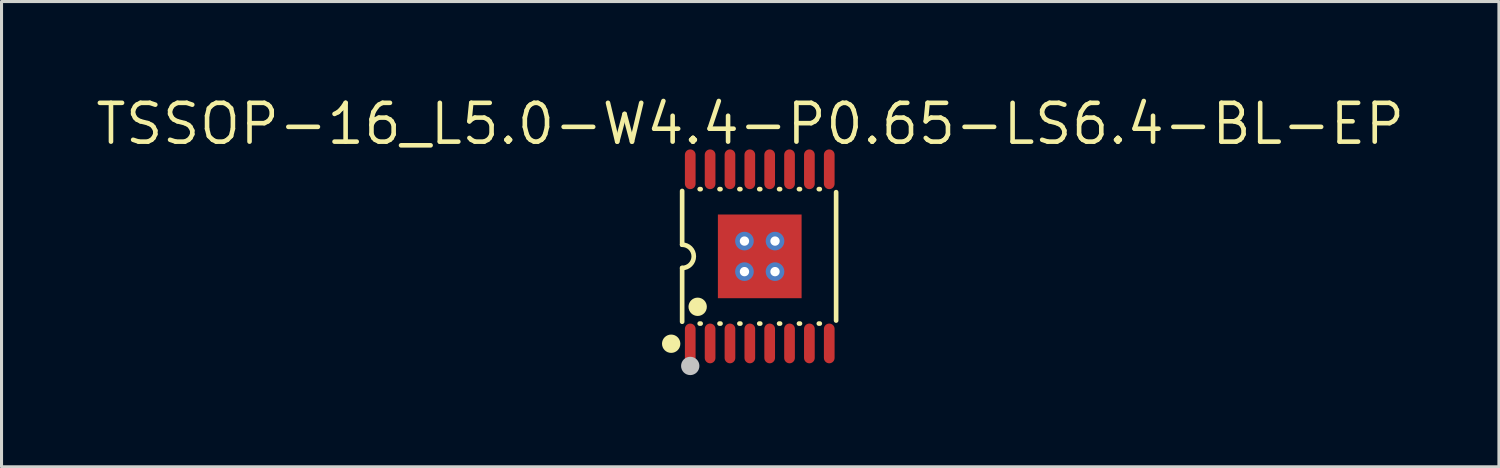
<source format=kicad_pcb>
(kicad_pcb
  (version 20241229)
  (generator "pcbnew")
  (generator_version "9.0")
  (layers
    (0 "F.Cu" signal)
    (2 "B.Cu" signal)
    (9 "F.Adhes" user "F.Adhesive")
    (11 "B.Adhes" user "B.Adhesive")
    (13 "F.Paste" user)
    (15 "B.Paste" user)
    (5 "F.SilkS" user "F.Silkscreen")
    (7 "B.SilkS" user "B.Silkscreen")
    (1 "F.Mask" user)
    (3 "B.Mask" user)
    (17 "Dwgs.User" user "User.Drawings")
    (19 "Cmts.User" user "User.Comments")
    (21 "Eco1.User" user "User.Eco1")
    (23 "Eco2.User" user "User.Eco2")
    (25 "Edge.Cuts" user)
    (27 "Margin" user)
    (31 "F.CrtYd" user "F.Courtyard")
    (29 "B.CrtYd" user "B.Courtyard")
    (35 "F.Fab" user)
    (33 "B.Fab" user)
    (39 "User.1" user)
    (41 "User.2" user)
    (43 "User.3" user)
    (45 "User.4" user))
  (footprint "TSSOP-16_L5.0-W4.4-P0.65-LS6.4-BL-EP"
    (layer "F.Cu")
    (at 21.818 5.341)
    (property "Reference" "TSSOP-16_L5.0-W4.4-P0.65-LS6.4-BL-EP" (at -0.311 -4.335 0) (layer "F.SilkS") (effects (font (size 1.27 1.27) (thickness 0.15))))
    (fp_line (start -2.54 -2.14) (end -2.54 -0.381) (stroke (width 0.152) (type default)) (layer "F.SilkS"))
    (fp_line (start -2.54 2.14) (end -2.54 0.381) (stroke (width 0.152) (type default)) (layer "F.SilkS"))
    (fp_line (start -1.966 -2.2) (end -1.934 -2.2) (stroke (width 0.152) (type default)) (layer "F.SilkS"))
    (fp_line (start -1.966 2.2) (end -1.934 2.2) (stroke (width 0.152) (type default)) (layer "F.SilkS"))
    (fp_line (start -1.317 -2.2) (end -1.284 -2.2) (stroke (width 0.152) (type default)) (layer "F.SilkS"))
    (fp_line (start -1.317 2.2) (end -1.284 2.2) (stroke (width 0.152) (type default)) (layer "F.SilkS"))
    (fp_line (start -0.666 -2.2) (end -0.633 -2.2) (stroke (width 0.152) (type default)) (layer "F.SilkS"))
    (fp_line (start -0.666 2.2) (end -0.633 2.2) (stroke (width 0.152) (type default)) (layer "F.SilkS"))
    (fp_line (start -0.016 -2.2) (end 0.017 -2.2) (stroke (width 0.152) (type default)) (layer "F.SilkS"))
    (fp_line (start -0.016 2.2) (end 0.017 2.2) (stroke (width 0.152) (type default)) (layer "F.SilkS"))
    (fp_line (start 0.634 -2.2) (end 0.666 -2.2) (stroke (width 0.152) (type default)) (layer "F.SilkS"))
    (fp_line (start 0.634 2.2) (end 0.666 2.2) (stroke (width 0.152) (type default)) (layer "F.SilkS"))
    (fp_line (start 1.284 -2.2) (end 1.317 -2.2) (stroke (width 0.152) (type default)) (layer "F.SilkS"))
    (fp_line (start 1.284 2.2) (end 1.317 2.2) (stroke (width 0.152) (type default)) (layer "F.SilkS"))
    (fp_line (start 1.934 -2.2) (end 1.966 -2.2) (stroke (width 0.152) (type default)) (layer "F.SilkS"))
    (fp_line (start 1.934 2.2) (end 1.966 2.2) (stroke (width 0.152) (type default)) (layer "F.SilkS"))
    (fp_line (start 2.5 -2.101) (end 2.5 2.101) (stroke (width 0.152) (type default)) (layer "F.SilkS"))
    (fp_arc (start -2.54 -0.381) (mid -2.159 0) (end -2.54 0.381) (stroke (width 0.152) (type default)) (layer "F.SilkS"))
    (fp_circle (center -2.899 2.86) (end -2.749 2.86) (stroke (width 0.3) (type default)) (fill no) (layer "F.SilkS"))
    (fp_circle (center -2.032 1.651) (end -1.882 1.651) (stroke (width 0.3) (type default)) (fill no) (layer "F.SilkS"))
    (fp_circle (center -2.275 3.587) (end -2.125 3.587) (stroke (width 0.3) (type default)) (fill no) (layer "Dwgs.User"))
    (fp_circle (center -2.5 3.187) (end -2.47 3.187) (stroke (width 0.06) (type default)) (fill no) (layer "User.5"))
    (pad "" thru_hole circle (at -0.5 -0.5) (size 0.61 0.61) (drill 0.305) (layers "*.Cu" "*.Mask"))
    (pad "" thru_hole circle (at -0.5 0.5) (size 0.61 0.61) (drill 0.305) (layers "*.Cu" "*.Mask"))
    (pad "" thru_hole circle (at 0.5 -0.5) (size 0.61 0.61) (drill 0.305) (layers "*.Cu" "*.Mask"))
    (pad "" thru_hole circle (at 0.5 0.5) (size 0.61 0.61) (drill 0.305) (layers "*.Cu" "*.Mask"))
    (pad "1" smd oval (at -2.275 2.85) (size 0.35 1.3) (layers "F.Cu" "F.Mask" "F.Paste"))
    (pad "2" smd oval (at -1.625 2.85) (size 0.35 1.3) (layers "F.Cu" "F.Mask" "F.Paste"))
    (pad "3" smd oval (at -0.975 2.85) (size 0.35 1.3) (layers "F.Cu" "F.Mask" "F.Paste"))
    (pad "4" smd oval (at -0.325 2.85) (size 0.35 1.3) (layers "F.Cu" "F.Mask" "F.Paste"))
    (pad "5" smd oval (at 0.325 2.85) (size 0.35 1.3) (layers "F.Cu" "F.Mask" "F.Paste"))
    (pad "6" smd oval (at 0.975 2.85) (size 0.35 1.3) (layers "F.Cu" "F.Mask" "F.Paste"))
    (pad "7" smd oval (at 1.625 2.85) (size 0.35 1.3) (layers "F.Cu" "F.Mask" "F.Paste"))
    (pad "8" smd oval (at 2.275 2.85) (size 0.35 1.3) (layers "F.Cu" "F.Mask" "F.Paste"))
    (pad "9" smd oval (at 2.275 -2.85) (size 0.35 1.3) (layers "F.Cu" "F.Mask" "F.Paste"))
    (pad "10" smd oval (at 1.625 -2.85) (size 0.35 1.3) (layers "F.Cu" "F.Mask" "F.Paste"))
    (pad "11" smd oval (at 0.975 -2.85) (size 0.35 1.3) (layers "F.Cu" "F.Mask" "F.Paste"))
    (pad "12" smd oval (at 0.325 -2.85) (size 0.35 1.3) (layers "F.Cu" "F.Mask" "F.Paste"))
    (pad "13" smd oval (at -0.325 -2.85) (size 0.35 1.3) (layers "F.Cu" "F.Mask" "F.Paste"))
    (pad "14" smd oval (at -0.975 -2.85) (size 0.35 1.3) (layers "F.Cu" "F.Mask" "F.Paste"))
    (pad "15" smd oval (at -1.625 -2.85) (size 0.35 1.3) (layers "F.Cu" "F.Mask" "F.Paste"))
    (pad "16" smd oval (at -2.275 -2.85) (size 0.35 1.3) (layers "F.Cu" "F.Mask" "F.Paste"))
    (pad "17" smd rect (at 0 0) (size 2.74 2.74) (layers "F.Cu" "F.Mask" "F.Paste"))
    (zone (net_name "") (layer "User.3") (hatch edge 0.5) (priority 100) (connect_pads yes) (min_thickness 0) (filled_areas_thickness no) (fill yes) (polygon (pts (xy 19.318 7.541) (xy 19.318 3.141) (xy 24.318 3.141) (xy 24.318 7.541))) (filled_polygon (layer "User.3") (island) (pts (xy 19.318 7.541) (xy 19.318 3.141) (xy 24.318 3.141) (xy 24.318 7.541))))
    (zone (net_name "") (layer "User.4") (hatch edge 0.5) (priority 100) (connect_pads yes) (min_thickness 0) (filled_areas_thickness no) (fill yes) (polygon (pts (xy 19.421 2.154) (xy 19.421 2.754) (xy 19.666 2.754) (xy 19.666 2.154))) (filled_polygon (layer "User.4") (island) (pts (xy 19.421 2.154) (xy 19.421 2.754) (xy 19.666 2.754) (xy 19.666 2.154))))
    (zone (net_name "") (layer "User.4") (hatch edge 0.5) (priority 100) (connect_pads) (min_thickness 0) (filled_areas_thickness no) (keepout (tracks allowed) (vias allowed) (pads allowed) (copperpour not_allowed) (footprints allowed)) (placement (enabled no)) (fill) (polygon (pts (xy 19.421 2.744) (xy 19.421 3.151) (xy 19.666 3.151) (xy 19.666 2.744))))
    (zone (net_name "") (layer "User.4") (hatch edge 0.5) (priority 100) (connect_pads) (min_thickness 0) (filled_areas_thickness no) (keepout (tracks allowed) (vias allowed) (pads allowed) (copperpour not_allowed) (footprints allowed)) (placement (enabled no)) (fill) (polygon (pts (xy 19.421 7.939) (xy 19.421 7.531) (xy 19.666 7.531) (xy 19.666 7.939))))
    (zone (net_name "") (layer "User.4") (hatch edge 0.5) (priority 100) (connect_pads yes) (min_thickness 0) (filled_areas_thickness no) (fill yes) (polygon (pts (xy 19.421 8.529) (xy 19.421 7.929) (xy 19.666 7.929) (xy 19.666 8.529))) (filled_polygon (layer "User.4") (island) (pts (xy 19.421 8.529) (xy 19.421 7.929) (xy 19.666 7.929) (xy 19.666 8.529))))
    (zone (net_name "") (layer "User.4") (hatch edge 0.5) (priority 100) (connect_pads yes) (min_thickness 0) (filled_areas_thickness no) (fill yes) (polygon (pts (xy 20.071 2.154) (xy 20.071 2.754) (xy 20.316 2.754) (xy 20.316 2.154))) (filled_polygon (layer "User.4") (island) (pts (xy 20.071 2.154) (xy 20.071 2.754) (xy 20.316 2.754) (xy 20.316 2.154))))
    (zone (net_name "") (layer "User.4") (hatch edge 0.5) (priority 100) (connect_pads) (min_thickness 0) (filled_areas_thickness no) (keepout (tracks allowed) (vias allowed) (pads allowed) (copperpour not_allowed) (footprints allowed)) (placement (enabled no)) (fill) (polygon (pts (xy 20.071 2.744) (xy 20.071 3.151) (xy 20.316 3.151) (xy 20.316 2.744))))
    (zone (net_name "") (layer "User.4") (hatch edge 0.5) (priority 100) (connect_pads) (min_thickness 0) (filled_areas_thickness no) (keepout (tracks allowed) (vias allowed) (pads allowed) (copperpour not_allowed) (footprints allowed)) (placement (enabled no)) (fill) (polygon (pts (xy 20.071 7.939) (xy 20.071 7.531) (xy 20.316 7.531) (xy 20.316 7.939))))
    (zone (net_name "") (layer "User.4") (hatch edge 0.5) (priority 100) (connect_pads yes) (min_thickness 0) (filled_areas_thickness no) (fill yes) (polygon (pts (xy 20.071 8.529) (xy 20.071 7.929) (xy 20.316 7.929) (xy 20.316 8.529))) (filled_polygon (layer "User.4") (island) (pts (xy 20.071 8.529) (xy 20.071 7.929) (xy 20.316 7.929) (xy 20.316 8.529))))
    (zone (net_name "") (layer "User.4") (hatch edge 0.5) (priority 100) (connect_pads yes) (min_thickness 0) (filled_areas_thickness no) (fill yes) (polygon (pts (xy 20.393 6.766) (xy 20.393 3.916) (xy 23.243 3.916) (xy 23.243 6.766))) (filled_polygon (layer "User.4") (island) (pts (xy 20.393 6.766) (xy 20.393 3.916) (xy 23.243 3.916) (xy 23.243 6.766))))
    (zone (net_name "") (layer "User.4") (hatch edge 0.5) (priority 100) (connect_pads yes) (min_thickness 0) (filled_areas_thickness no) (fill yes) (polygon (pts (xy 20.721 2.154) (xy 20.721 2.754) (xy 20.966 2.754) (xy 20.966 2.154))) (filled_polygon (layer "User.4") (island) (pts (xy 20.721 2.154) (xy 20.721 2.754) (xy 20.966 2.754) (xy 20.966 2.154))))
    (zone (net_name "") (layer "User.4") (hatch edge 0.5) (priority 100) (connect_pads) (min_thickness 0) (filled_areas_thickness no) (keepout (tracks allowed) (vias allowed) (pads allowed) (copperpour not_allowed) (footprints allowed)) (placement (enabled no)) (fill) (polygon (pts (xy 20.721 2.744) (xy 20.721 3.151) (xy 20.966 3.151) (xy 20.966 2.744))))
    (zone (net_name "") (layer "User.4") (hatch edge 0.5) (priority 100) (connect_pads) (min_thickness 0) (filled_areas_thickness no) (keepout (tracks allowed) (vias allowed) (pads allowed) (copperpour not_allowed) (footprints allowed)) (placement (enabled no)) (fill) (polygon (pts (xy 20.721 7.939) (xy 20.721 7.531) (xy 20.966 7.531) (xy 20.966 7.939))))
    (zone (net_name "") (layer "User.4") (hatch edge 0.5) (priority 100) (connect_pads yes) (min_thickness 0) (filled_areas_thickness no) (fill yes) (polygon (pts (xy 20.721 8.529) (xy 20.721 7.929) (xy 20.966 7.929) (xy 20.966 8.529))) (filled_polygon (layer "User.4") (island) (pts (xy 20.721 8.529) (xy 20.721 7.929) (xy 20.966 7.929) (xy 20.966 8.529))))
    (zone (net_name "") (layer "User.4") (hatch edge 0.5) (priority 100) (connect_pads yes) (min_thickness 0) (filled_areas_thickness no) (fill yes) (polygon (pts (xy 21.371 2.154) (xy 21.371 2.754) (xy 21.616 2.754) (xy 21.616 2.154))) (filled_polygon (layer "User.4") (island) (pts (xy 21.371 2.154) (xy 21.371 2.754) (xy 21.616 2.754) (xy 21.616 2.154))))
    (zone (net_name "") (layer "User.4") (hatch edge 0.5) (priority 100) (connect_pads) (min_thickness 0) (filled_areas_thickness no) (keepout (tracks allowed) (vias allowed) (pads allowed) (copperpour not_allowed) (footprints allowed)) (placement (enabled no)) (fill) (polygon (pts (xy 21.371 2.744) (xy 21.371 3.151) (xy 21.616 3.151) (xy 21.616 2.744))))
    (zone (net_name "") (layer "User.4") (hatch edge 0.5) (priority 100) (connect_pads) (min_thickness 0) (filled_areas_thickness no) (keepout (tracks allowed) (vias allowed) (pads allowed) (copperpour not_allowed) (footprints allowed)) (placement (enabled no)) (fill) (polygon (pts (xy 21.371 7.939) (xy 21.371 7.531) (xy 21.616 7.531) (xy 21.616 7.939))))
    (zone (net_name "") (layer "User.4") (hatch edge 0.5) (priority 100) (connect_pads yes) (min_thickness 0) (filled_areas_thickness no) (fill yes) (polygon (pts (xy 21.371 8.529) (xy 21.371 7.929) (xy 21.616 7.929) (xy 21.616 8.529))) (filled_polygon (layer "User.4") (island) (pts (xy 21.371 8.529) (xy 21.371 7.929) (xy 21.616 7.929) (xy 21.616 8.529))))
    (zone (net_name "") (layer "User.4") (hatch edge 0.5) (priority 100) (connect_pads yes) (min_thickness 0) (filled_areas_thickness no) (fill yes) (polygon (pts (xy 22.021 2.154) (xy 22.021 2.754) (xy 22.266 2.754) (xy 22.266 2.154))) (filled_polygon (layer "User.4") (island) (pts (xy 22.021 2.154) (xy 22.021 2.754) (xy 22.266 2.754) (xy 22.266 2.154))))
    (zone (net_name "") (layer "User.4") (hatch edge 0.5) (priority 100) (connect_pads) (min_thickness 0) (filled_areas_thickness no) (keepout (tracks allowed) (vias allowed) (pads allowed) (copperpour not_allowed) (footprints allowed)) (placement (enabled no)) (fill) (polygon (pts (xy 22.021 2.744) (xy 22.021 3.151) (xy 22.266 3.151) (xy 22.266 2.744))))
    (zone (net_name "") (layer "User.4") (hatch edge 0.5) (priority 100) (connect_pads) (min_thickness 0) (filled_areas_thickness no) (keepout (tracks allowed) (vias allowed) (pads allowed) (copperpour not_allowed) (footprints allowed)) (placement (enabled no)) (fill) (polygon (pts (xy 22.021 7.939) (xy 22.021 7.531) (xy 22.266 7.531) (xy 22.266 7.939))))
    (zone (net_name "") (layer "User.4") (hatch edge 0.5) (priority 100) (connect_pads yes) (min_thickness 0) (filled_areas_thickness no) (fill yes) (polygon (pts (xy 22.021 8.529) (xy 22.021 7.929) (xy 22.266 7.929) (xy 22.266 8.529))) (filled_polygon (layer "User.4") (island) (pts (xy 22.021 8.529) (xy 22.021 7.929) (xy 22.266 7.929) (xy 22.266 8.529))))
    (zone (net_name "") (layer "User.4") (hatch edge 0.5) (priority 100) (connect_pads yes) (min_thickness 0) (filled_areas_thickness no) (fill yes) (polygon (pts (xy 22.671 2.154) (xy 22.671 2.754) (xy 22.916 2.754) (xy 22.916 2.154))) (filled_polygon (layer "User.4") (island) (pts (xy 22.671 2.154) (xy 22.671 2.754) (xy 22.916 2.754) (xy 22.916 2.154))))
    (zone (net_name "") (layer "User.4") (hatch edge 0.5) (priority 100) (connect_pads) (min_thickness 0) (filled_areas_thickness no) (keepout (tracks allowed) (vias allowed) (pads allowed) (copperpour not_allowed) (footprints allowed)) (placement (enabled no)) (fill) (polygon (pts (xy 22.671 2.744) (xy 22.671 3.151) (xy 22.916 3.151) (xy 22.916 2.744))))
    (zone (net_name "") (layer "User.4") (hatch edge 0.5) (priority 100) (connect_pads) (min_thickness 0) (filled_areas_thickness no) (keepout (tracks allowed) (vias allowed) (pads allowed) (copperpour not_allowed) (footprints allowed)) (placement (enabled no)) (fill) (polygon (pts (xy 22.671 7.939) (xy 22.671 7.531) (xy 22.916 7.531) (xy 22.916 7.939))))
    (zone (net_name "") (layer "User.4") (hatch edge 0.5) (priority 100) (connect_pads yes) (min_thickness 0) (filled_areas_thickness no) (fill yes) (polygon (pts (xy 22.671 8.529) (xy 22.671 7.929) (xy 22.916 7.929) (xy 22.916 8.529))) (filled_polygon (layer "User.4") (island) (pts (xy 22.671 8.529) (xy 22.671 7.929) (xy 22.916 7.929) (xy 22.916 8.529))))
    (zone (net_name "") (layer "User.4") (hatch edge 0.5) (priority 100) (connect_pads yes) (min_thickness 0) (filled_areas_thickness no) (fill yes) (polygon (pts (xy 23.321 2.154) (xy 23.321 2.754) (xy 23.566 2.754) (xy 23.566 2.154))) (filled_polygon (layer "User.4") (island) (pts (xy 23.321 2.154) (xy 23.321 2.754) (xy 23.566 2.754) (xy 23.566 2.154))))
    (zone (net_name "") (layer "User.4") (hatch edge 0.5) (priority 100) (connect_pads) (min_thickness 0) (filled_areas_thickness no) (keepout (tracks allowed) (vias allowed) (pads allowed) (copperpour not_allowed) (footprints allowed)) (placement (enabled no)) (fill) (polygon (pts (xy 23.321 2.744) (xy 23.321 3.151) (xy 23.566 3.151) (xy 23.566 2.744))))
    (zone (net_name "") (layer "User.4") (hatch edge 0.5) (priority 100) (connect_pads) (min_thickness 0) (filled_areas_thickness no) (keepout (tracks allowed) (vias allowed) (pads allowed) (copperpour not_allowed) (footprints allowed)) (placement (enabled no)) (fill) (polygon (pts (xy 23.321 7.939) (xy 23.321 7.531) (xy 23.566 7.531) (xy 23.566 7.939))))
    (zone (net_name "") (layer "User.4") (hatch edge 0.5) (priority 100) (connect_pads yes) (min_thickness 0) (filled_areas_thickness no) (fill yes) (polygon (pts (xy 23.321 8.529) (xy 23.321 7.929) (xy 23.566 7.929) (xy 23.566 8.529))) (filled_polygon (layer "User.4") (island) (pts (xy 23.321 8.529) (xy 23.321 7.929) (xy 23.566 7.929) (xy 23.566 8.529))))
    (zone (net_name "") (layer "User.4") (hatch edge 0.5) (priority 100) (connect_pads yes) (min_thickness 0) (filled_areas_thickness no) (fill yes) (polygon (pts (xy 23.971 2.154) (xy 23.971 2.754) (xy 24.216 2.754) (xy 24.216 2.154))) (filled_polygon (layer "User.4") (island) (pts (xy 23.971 2.154) (xy 23.971 2.754) (xy 24.216 2.754) (xy 24.216 2.154))))
    (zone (net_name "") (layer "User.4") (hatch edge 0.5) (priority 100) (connect_pads) (min_thickness 0) (filled_areas_thickness no) (keepout (tracks allowed) (vias allowed) (pads allowed) (copperpour not_allowed) (footprints allowed)) (placement (enabled no)) (fill) (polygon (pts (xy 23.971 2.744) (xy 23.971 3.151) (xy 24.216 3.151) (xy 24.216 2.744))))
    (zone (net_name "") (layer "User.4") (hatch edge 0.5) (priority 100) (connect_pads) (min_thickness 0) (filled_areas_thickness no) (keepout (tracks allowed) (vias allowed) (pads allowed) (copperpour not_allowed) (footprints allowed)) (placement (enabled no)) (fill) (polygon (pts (xy 23.971 7.939) (xy 23.971 7.531) (xy 24.216 7.531) (xy 24.216 7.939))))
    (zone (net_name "") (layer "User.4") (hatch edge 0.5) (priority 100) (connect_pads yes) (min_thickness 0) (filled_areas_thickness no) (fill yes) (polygon (pts (xy 23.971 8.529) (xy 23.971 7.929) (xy 24.216 7.929) (xy 24.216 8.529))) (filled_polygon (layer "User.4") (island) (pts (xy 23.971 8.529) (xy 23.971 7.929) (xy 24.216 7.929) (xy 24.216 8.529)))))
  (gr_rect
    (start -3 -3)
    (end 46.013 12.229)
    (stroke (width 0.1) (type default))
    (fill no)
    (layer "Edge.Cuts")))
</source>
